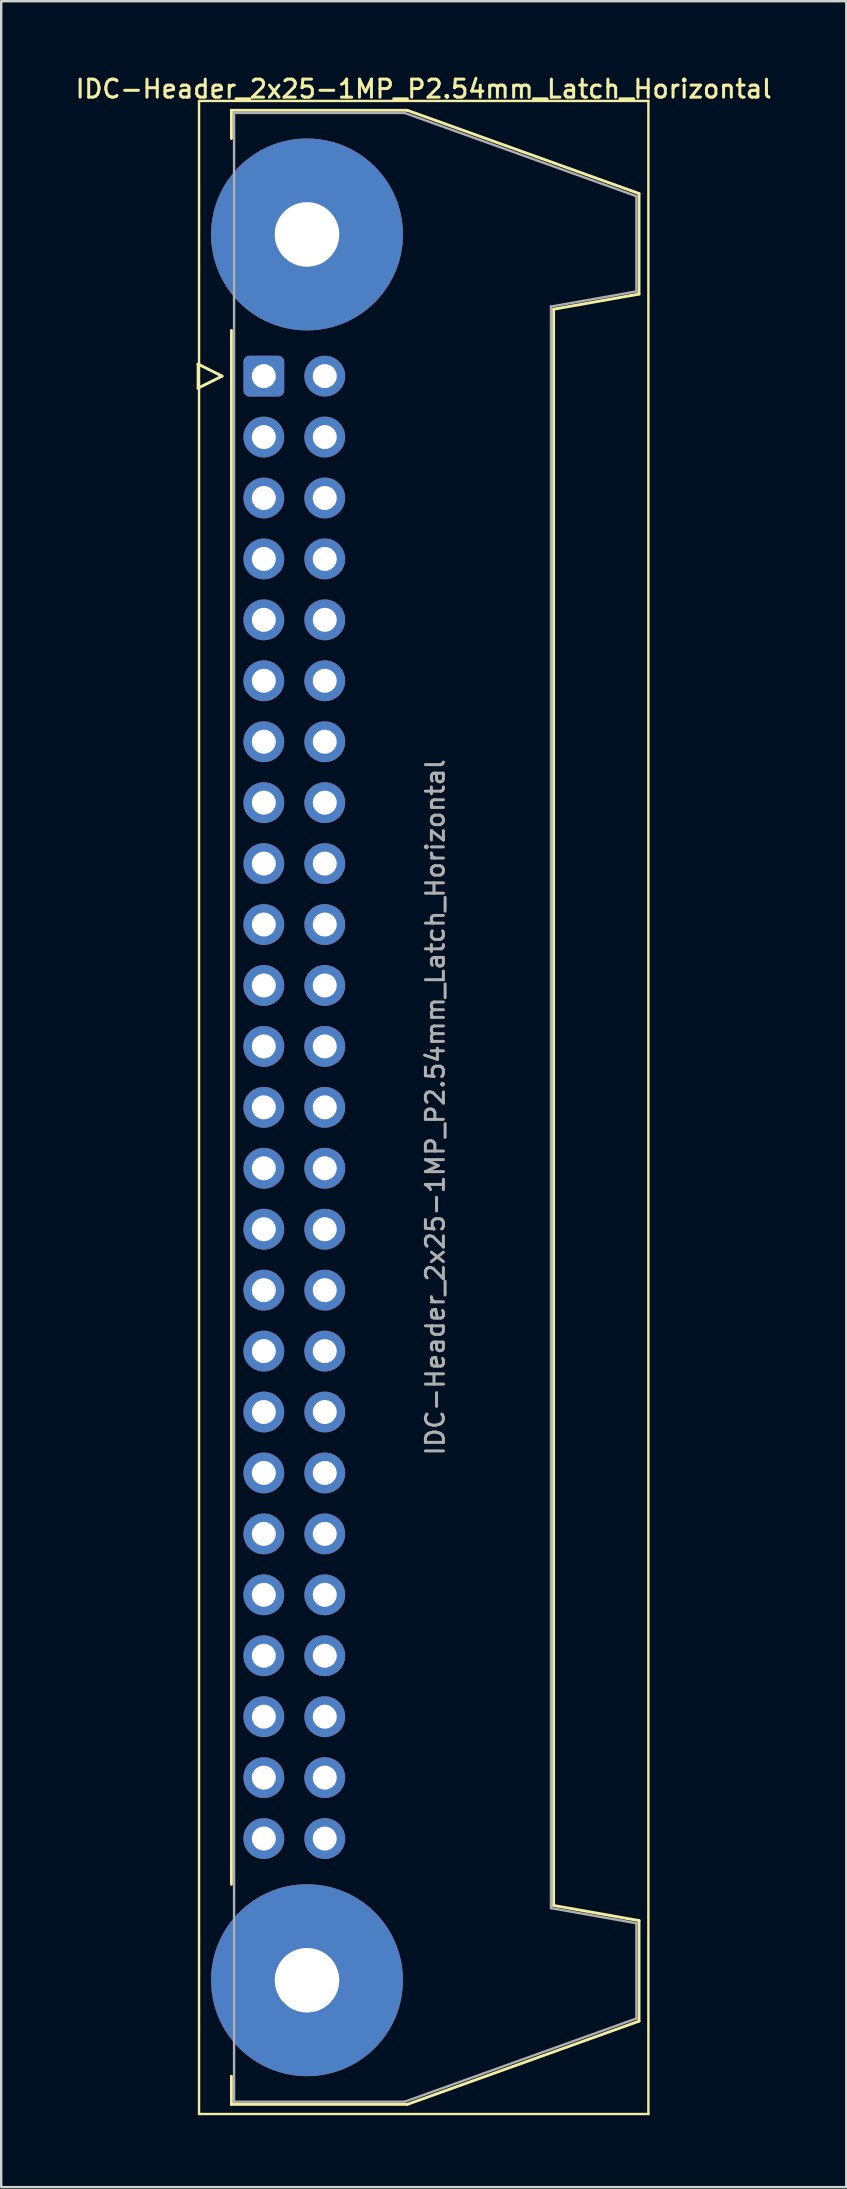
<source format=kicad_pcb>
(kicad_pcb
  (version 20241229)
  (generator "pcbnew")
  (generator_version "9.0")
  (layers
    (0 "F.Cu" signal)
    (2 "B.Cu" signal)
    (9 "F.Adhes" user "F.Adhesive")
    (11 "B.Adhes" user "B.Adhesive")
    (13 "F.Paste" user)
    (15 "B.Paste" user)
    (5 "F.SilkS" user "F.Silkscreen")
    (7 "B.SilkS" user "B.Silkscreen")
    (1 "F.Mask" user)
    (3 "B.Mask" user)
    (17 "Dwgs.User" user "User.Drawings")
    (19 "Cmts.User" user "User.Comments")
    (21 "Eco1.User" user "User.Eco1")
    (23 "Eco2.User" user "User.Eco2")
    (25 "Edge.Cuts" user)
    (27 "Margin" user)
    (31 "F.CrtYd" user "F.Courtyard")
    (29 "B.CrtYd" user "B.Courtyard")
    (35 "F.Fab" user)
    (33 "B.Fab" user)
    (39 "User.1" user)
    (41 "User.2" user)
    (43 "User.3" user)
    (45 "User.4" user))
  (footprint "IDC-Header_2x25-1MP_P2.54mm_Latch_Horizontal"
    (layer "F.Cu")
    (at 7.947 12.628)
    (property "Reference" "IDC-Header_2x25-1MP_P2.54mm_Latch_Horizontal" (at 6.665 -11.97 0) (layer "F.SilkS") (effects (font (size 0.75 0.75) (thickness 0.125))))
    (attr through_hole)
    (fp_line (start -2.74 -0.5) (end -2.74 0.5) (stroke (width 0.12) (type solid)) (layer "F.SilkS"))
    (fp_line (start -2.74 0.5) (end -1.74 0) (stroke (width 0.12) (type solid)) (layer "F.SilkS"))
    (fp_line (start -2.7 -11.47) (end -2.7 72.44) (stroke (width 0.1) (type solid)) (layer "F.SilkS"))
    (fp_line (start -2.7 72.44) (end 16.03 72.44) (stroke (width 0.1) (type solid)) (layer "F.SilkS"))
    (fp_line (start -1.74 0) (end -2.74 -0.5) (stroke (width 0.12) (type solid)) (layer "F.SilkS"))
    (fp_line (start -1.35 -11.08) (end -1.35 -9.905) (stroke (width 0.12) (type solid)) (layer "F.SilkS"))
    (fp_line (start -1.35 -11.08) (end 5.98 -11.08) (stroke (width 0.12) (type solid)) (layer "F.SilkS"))
    (fp_line (start -1.35 -1.905) (end -1.35 62.865) (stroke (width 0.12) (type solid)) (layer "F.SilkS"))
    (fp_line (start -1.35 70.865) (end -1.35 72.04) (stroke (width 0.12) (type solid)) (layer "F.SilkS"))
    (fp_line (start 5.98 -11.08) (end 15.64 -7.61) (stroke (width 0.12) (type solid)) (layer "F.SilkS"))
    (fp_line (start 5.98 72.04) (end -1.35 72.04) (stroke (width 0.12) (type solid)) (layer "F.SilkS"))
    (fp_line (start 12.08 -2.79) (end 12.08 63.75) (stroke (width 0.12) (type solid)) (layer "F.SilkS"))
    (fp_line (start 12.08 63.75) (end 15.64 64.38) (stroke (width 0.12) (type solid)) (layer "F.SilkS"))
    (fp_line (start 15.64 -7.61) (end 15.64 -3.42) (stroke (width 0.12) (type solid)) (layer "F.SilkS"))
    (fp_line (start 15.64 -3.42) (end 12.08 -2.79) (stroke (width 0.12) (type solid)) (layer "F.SilkS"))
    (fp_line (start 15.64 64.38) (end 15.64 68.57) (stroke (width 0.12) (type solid)) (layer "F.SilkS"))
    (fp_line (start 15.64 68.57) (end 5.98 72.04) (stroke (width 0.12) (type solid)) (layer "F.SilkS"))
    (fp_line (start 16.03 -11.47) (end -2.7 -11.47) (stroke (width 0.1) (type solid)) (layer "F.SilkS"))
    (fp_line (start 16.03 72.44) (end 16.03 -11.47) (stroke (width 0.1) (type solid)) (layer "F.SilkS"))
    (fp_line (start -1.24 -10.97) (end 5.87 -10.97) (stroke (width 0.1) (type solid)) (layer "F.Fab"))
    (fp_line (start -1.24 71.93) (end -1.24 -10.97) (stroke (width 0.1) (type solid)) (layer "F.Fab"))
    (fp_line (start 5.87 -10.97) (end 15.53 -7.5) (stroke (width 0.1) (type solid)) (layer "F.Fab"))
    (fp_line (start 5.87 71.93) (end -1.24 71.93) (stroke (width 0.1) (type solid)) (layer "F.Fab"))
    (fp_line (start 11.97 -2.9) (end 11.97 63.86) (stroke (width 0.1) (type solid)) (layer "F.Fab"))
    (fp_line (start 11.97 63.86) (end 15.53 64.49) (stroke (width 0.1) (type solid)) (layer "F.Fab"))
    (fp_line (start 15.53 -7.5) (end 15.53 -3.53) (stroke (width 0.1) (type solid)) (layer "F.Fab"))
    (fp_line (start 15.53 -3.53) (end 11.97 -2.9) (stroke (width 0.1) (type solid)) (layer "F.Fab"))
    (fp_line (start 15.53 64.49) (end 15.53 68.46) (stroke (width 0.1) (type solid)) (layer "F.Fab"))
    (fp_line (start 15.53 68.46) (end 5.87 71.93) (stroke (width 0.1) (type solid)) (layer "F.Fab"))
    (fp_text user "${REFERENCE}" (at 7.145 30.48 90) (layer "F.Fab") (effects (font (size 0.75 0.75) (thickness 0.125))))
    (pad "1" thru_hole roundrect (at 0 0) (size 1.7 1.7) (drill 1) (layers "*.Cu" "*.Mask") (roundrect_rratio 0.147))
    (pad "2" thru_hole circle (at 2.54 0) (size 1.7 1.7) (drill 1) (layers "*.Cu" "*.Mask"))
    (pad "3" thru_hole circle (at 0 2.54) (size 1.7 1.7) (drill 1) (layers "*.Cu" "*.Mask"))
    (pad "4" thru_hole circle (at 2.54 2.54) (size 1.7 1.7) (drill 1) (layers "*.Cu" "*.Mask"))
    (pad "5" thru_hole circle (at 0 5.08) (size 1.7 1.7) (drill 1) (layers "*.Cu" "*.Mask"))
    (pad "6" thru_hole circle (at 2.54 5.08) (size 1.7 1.7) (drill 1) (layers "*.Cu" "*.Mask"))
    (pad "7" thru_hole circle (at 0 7.62) (size 1.7 1.7) (drill 1) (layers "*.Cu" "*.Mask"))
    (pad "8" thru_hole circle (at 2.54 7.62) (size 1.7 1.7) (drill 1) (layers "*.Cu" "*.Mask"))
    (pad "9" thru_hole circle (at 0 10.16) (size 1.7 1.7) (drill 1) (layers "*.Cu" "*.Mask"))
    (pad "10" thru_hole circle (at 2.54 10.16) (size 1.7 1.7) (drill 1) (layers "*.Cu" "*.Mask"))
    (pad "11" thru_hole circle (at 0 12.7) (size 1.7 1.7) (drill 1) (layers "*.Cu" "*.Mask"))
    (pad "12" thru_hole circle (at 2.54 12.7) (size 1.7 1.7) (drill 1) (layers "*.Cu" "*.Mask"))
    (pad "13" thru_hole circle (at 0 15.24) (size 1.7 1.7) (drill 1) (layers "*.Cu" "*.Mask"))
    (pad "14" thru_hole circle (at 2.54 15.24) (size 1.7 1.7) (drill 1) (layers "*.Cu" "*.Mask"))
    (pad "15" thru_hole circle (at 0 17.78) (size 1.7 1.7) (drill 1) (layers "*.Cu" "*.Mask"))
    (pad "16" thru_hole circle (at 2.54 17.78) (size 1.7 1.7) (drill 1) (layers "*.Cu" "*.Mask"))
    (pad "17" thru_hole circle (at 0 20.32) (size 1.7 1.7) (drill 1) (layers "*.Cu" "*.Mask"))
    (pad "18" thru_hole circle (at 2.54 20.32) (size 1.7 1.7) (drill 1) (layers "*.Cu" "*.Mask"))
    (pad "19" thru_hole circle (at 0 22.86) (size 1.7 1.7) (drill 1) (layers "*.Cu" "*.Mask"))
    (pad "20" thru_hole circle (at 2.54 22.86) (size 1.7 1.7) (drill 1) (layers "*.Cu" "*.Mask"))
    (pad "21" thru_hole circle (at 0 25.4) (size 1.7 1.7) (drill 1) (layers "*.Cu" "*.Mask"))
    (pad "22" thru_hole circle (at 2.54 25.4) (size 1.7 1.7) (drill 1) (layers "*.Cu" "*.Mask"))
    (pad "23" thru_hole circle (at 0 27.94) (size 1.7 1.7) (drill 1) (layers "*.Cu" "*.Mask"))
    (pad "24" thru_hole circle (at 2.54 27.94) (size 1.7 1.7) (drill 1) (layers "*.Cu" "*.Mask"))
    (pad "25" thru_hole circle (at 0 30.48) (size 1.7 1.7) (drill 1) (layers "*.Cu" "*.Mask"))
    (pad "26" thru_hole circle (at 2.54 30.48) (size 1.7 1.7) (drill 1) (layers "*.Cu" "*.Mask"))
    (pad "27" thru_hole circle (at 0 33.02) (size 1.7 1.7) (drill 1) (layers "*.Cu" "*.Mask"))
    (pad "28" thru_hole circle (at 2.54 33.02) (size 1.7 1.7) (drill 1) (layers "*.Cu" "*.Mask"))
    (pad "29" thru_hole circle (at 0 35.56) (size 1.7 1.7) (drill 1) (layers "*.Cu" "*.Mask"))
    (pad "30" thru_hole circle (at 2.54 35.56) (size 1.7 1.7) (drill 1) (layers "*.Cu" "*.Mask"))
    (pad "31" thru_hole circle (at 0 38.1) (size 1.7 1.7) (drill 1) (layers "*.Cu" "*.Mask"))
    (pad "32" thru_hole circle (at 2.54 38.1) (size 1.7 1.7) (drill 1) (layers "*.Cu" "*.Mask"))
    (pad "33" thru_hole circle (at 0 40.64) (size 1.7 1.7) (drill 1) (layers "*.Cu" "*.Mask"))
    (pad "34" thru_hole circle (at 2.54 40.64) (size 1.7 1.7) (drill 1) (layers "*.Cu" "*.Mask"))
    (pad "35" thru_hole circle (at 0 43.18) (size 1.7 1.7) (drill 1) (layers "*.Cu" "*.Mask"))
    (pad "36" thru_hole circle (at 2.54 43.18) (size 1.7 1.7) (drill 1) (layers "*.Cu" "*.Mask"))
    (pad "37" thru_hole circle (at 0 45.72) (size 1.7 1.7) (drill 1) (layers "*.Cu" "*.Mask"))
    (pad "38" thru_hole circle (at 2.54 45.72) (size 1.7 1.7) (drill 1) (layers "*.Cu" "*.Mask"))
    (pad "39" thru_hole circle (at 0 48.26) (size 1.7 1.7) (drill 1) (layers "*.Cu" "*.Mask"))
    (pad "40" thru_hole circle (at 2.54 48.26) (size 1.7 1.7) (drill 1) (layers "*.Cu" "*.Mask"))
    (pad "41" thru_hole circle (at 0 50.8) (size 1.7 1.7) (drill 1) (layers "*.Cu" "*.Mask"))
    (pad "42" thru_hole circle (at 2.54 50.8) (size 1.7 1.7) (drill 1) (layers "*.Cu" "*.Mask"))
    (pad "43" thru_hole circle (at 0 53.34) (size 1.7 1.7) (drill 1) (layers "*.Cu" "*.Mask"))
    (pad "44" thru_hole circle (at 2.54 53.34) (size 1.7 1.7) (drill 1) (layers "*.Cu" "*.Mask"))
    (pad "45" thru_hole circle (at 0 55.88) (size 1.7 1.7) (drill 1) (layers "*.Cu" "*.Mask"))
    (pad "46" thru_hole circle (at 2.54 55.88) (size 1.7 1.7) (drill 1) (layers "*.Cu" "*.Mask"))
    (pad "47" thru_hole circle (at 0 58.42) (size 1.7 1.7) (drill 1) (layers "*.Cu" "*.Mask"))
    (pad "48" thru_hole circle (at 2.54 58.42) (size 1.7 1.7) (drill 1) (layers "*.Cu" "*.Mask"))
    (pad "49" thru_hole circle (at 0 60.96) (size 1.7 1.7) (drill 1) (layers "*.Cu" "*.Mask"))
    (pad "50" thru_hole circle (at 2.54 60.96) (size 1.7 1.7) (drill 1) (layers "*.Cu" "*.Mask"))
    (pad "MP" thru_hole circle (at 1.8 -5.905) (size 8 8) (drill 2.69) (layers "*.Cu" "*.Mask"))
    (pad "MP" thru_hole circle (at 1.8 66.865) (size 8 8) (drill 2.69) (layers "*.Cu" "*.Mask")))
  (gr_rect
    (start -3 -3)
    (end 32.225 88.118)
    (stroke (width 0.1) (type default))
    (fill no)
    (layer "Edge.Cuts")))
</source>
